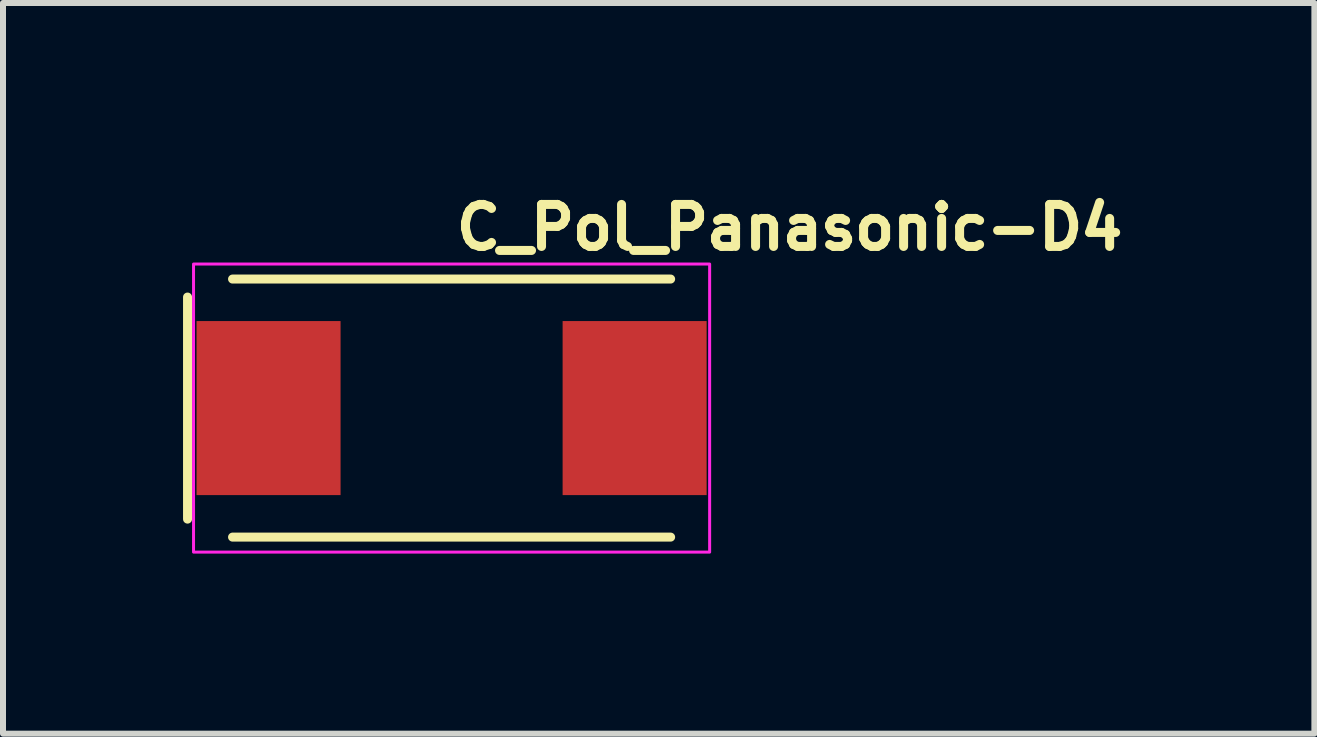
<source format=kicad_pcb>
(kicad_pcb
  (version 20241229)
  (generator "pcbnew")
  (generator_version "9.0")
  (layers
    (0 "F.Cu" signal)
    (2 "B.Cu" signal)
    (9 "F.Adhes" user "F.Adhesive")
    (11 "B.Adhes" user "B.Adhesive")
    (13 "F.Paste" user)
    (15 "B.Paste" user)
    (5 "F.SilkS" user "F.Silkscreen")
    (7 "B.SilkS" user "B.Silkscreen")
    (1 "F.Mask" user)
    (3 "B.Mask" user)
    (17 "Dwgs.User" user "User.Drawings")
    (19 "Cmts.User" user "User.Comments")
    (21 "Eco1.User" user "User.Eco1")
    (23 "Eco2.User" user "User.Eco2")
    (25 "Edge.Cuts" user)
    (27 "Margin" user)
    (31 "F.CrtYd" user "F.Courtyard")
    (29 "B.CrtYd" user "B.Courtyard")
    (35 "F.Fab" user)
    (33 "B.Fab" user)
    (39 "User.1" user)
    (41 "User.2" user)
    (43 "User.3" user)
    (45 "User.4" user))
  (footprint "C_Pol_Panasonic-D4"
    (layer "F.Cu")
    (at 4.475 3.75)
    (property "Reference" "C_Pol_Panasonic-D4" (at 0 -2.6 0) (unlocked yes) (layer "F.SilkS") (effects (font (size 0.7 0.7) (thickness 0.15)) (justify left bottom)))
    (attr smd)
    (fp_line (start -4.4 -1.85) (end -4.4 1.85) (stroke (width 0.15) (type solid)) (layer "F.SilkS"))
    (fp_line (start 3.65 -2.15) (end -3.65 -2.15) (stroke (width 0.15) (type solid)) (layer "F.SilkS"))
    (fp_line (start 3.65 2.15) (end -3.65 2.15) (stroke (width 0.15) (type solid)) (layer "F.SilkS"))
    (fp_rect (start -4.3 -2.4) (end 4.3 2.4) (stroke (width 0.05) (type solid)) (fill no) (layer "F.CrtYd"))
    (fp_rect (start -3.65 -2.15) (end 3.65 2.15) (stroke (width 0.1) (type solid)) (fill no) (layer "User.5"))
    (fp_line (start -3.65 -1.2) (end -3.65 1.2) (stroke (width 0.02) (type solid)) (layer "User.9"))
    (fp_line (start -3.65 -1.2) (end -3.55 -1.2) (stroke (width 0.02) (type solid)) (layer "User.9"))
    (fp_line (start -3.55 -2.06) (end -3.549 -2.064) (stroke (width 0.02) (type solid)) (layer "User.9"))
    (fp_line (start -3.55 -2.055) (end -3.55 -2.06) (stroke (width 0.02) (type solid)) (layer "User.9"))
    (fp_line (start -3.55 -2.05) (end -3.55 -2.055) (stroke (width 0.02) (type solid)) (layer "User.9"))
    (fp_line (start -3.55 -2.05) (end -3.55 -2.05) (stroke (width 0.02) (type solid)) (layer "User.9"))
    (fp_line (start -3.55 1.2) (end -3.65 1.2) (stroke (width 0.02) (type solid)) (layer "User.9"))
    (fp_line (start -3.55 2.05) (end -3.55 -2.05) (stroke (width 0.02) (type solid)) (layer "User.9"))
    (fp_line (start -3.55 2.05) (end -3.55 2.05) (stroke (width 0.02) (type solid)) (layer "User.9"))
    (fp_line (start -3.55 2.05) (end -3.55 2.055) (stroke (width 0.02) (type solid)) (layer "User.9"))
    (fp_line (start -3.55 2.055) (end -3.55 2.06) (stroke (width 0.02) (type solid)) (layer "User.9"))
    (fp_line (start -3.55 2.06) (end -3.549 2.064) (stroke (width 0.02) (type solid)) (layer "User.9"))
    (fp_line (start -3.549 -2.064) (end -3.548 -2.069) (stroke (width 0.02) (type solid)) (layer "User.9"))
    (fp_line (start -3.549 2.064) (end -3.548 2.069) (stroke (width 0.02) (type solid)) (layer "User.9"))
    (fp_line (start -3.548 -2.069) (end -3.547 -2.074) (stroke (width 0.02) (type solid)) (layer "User.9"))
    (fp_line (start -3.548 2.069) (end -3.547 2.074) (stroke (width 0.02) (type solid)) (layer "User.9"))
    (fp_line (start -3.547 -2.074) (end -3.546 -2.078) (stroke (width 0.02) (type solid)) (layer "User.9"))
    (fp_line (start -3.547 2.074) (end -3.546 2.078) (stroke (width 0.02) (type solid)) (layer "User.9"))
    (fp_line (start -3.546 -2.078) (end -3.545 -2.083) (stroke (width 0.02) (type solid)) (layer "User.9"))
    (fp_line (start -3.546 2.078) (end -3.545 2.083) (stroke (width 0.02) (type solid)) (layer "User.9"))
    (fp_line (start -3.545 -2.083) (end -3.543 -2.087) (stroke (width 0.02) (type solid)) (layer "User.9"))
    (fp_line (start -3.545 2.083) (end -3.543 2.087) (stroke (width 0.02) (type solid)) (layer "User.9"))
    (fp_line (start -3.543 -2.087) (end -3.541 -2.091) (stroke (width 0.02) (type solid)) (layer "User.9"))
    (fp_line (start -3.543 2.087) (end -3.541 2.091) (stroke (width 0.02) (type solid)) (layer "User.9"))
    (fp_line (start -3.541 -2.091) (end -3.539 -2.096) (stroke (width 0.02) (type solid)) (layer "User.9"))
    (fp_line (start -3.541 2.091) (end -3.539 2.096) (stroke (width 0.02) (type solid)) (layer "User.9"))
    (fp_line (start -3.539 -2.096) (end -3.536 -2.1) (stroke (width 0.02) (type solid)) (layer "User.9"))
    (fp_line (start -3.539 2.096) (end -3.536 2.1) (stroke (width 0.02) (type solid)) (layer "User.9"))
    (fp_line (start -3.536 -2.1) (end -3.534 -2.104) (stroke (width 0.02) (type solid)) (layer "User.9"))
    (fp_line (start -3.536 2.1) (end -3.534 2.104) (stroke (width 0.02) (type solid)) (layer "User.9"))
    (fp_line (start -3.534 -2.104) (end -3.531 -2.109) (stroke (width 0.02) (type solid)) (layer "User.9"))
    (fp_line (start -3.534 2.104) (end -3.531 2.109) (stroke (width 0.02) (type solid)) (layer "User.9"))
    (fp_line (start -3.531 -2.109) (end -3.528 -2.113) (stroke (width 0.02) (type solid)) (layer "User.9"))
    (fp_line (start -3.531 2.109) (end -3.528 2.113) (stroke (width 0.02) (type solid)) (layer "User.9"))
    (fp_line (start -3.528 -2.113) (end -3.524 -2.117) (stroke (width 0.02) (type solid)) (layer "User.9"))
    (fp_line (start -3.528 2.113) (end -3.524 2.117) (stroke (width 0.02) (type solid)) (layer "User.9"))
    (fp_line (start -3.524 -2.117) (end -3.521 -2.121) (stroke (width 0.02) (type solid)) (layer "User.9"))
    (fp_line (start -3.524 2.117) (end -3.521 2.121) (stroke (width 0.02) (type solid)) (layer "User.9"))
    (fp_line (start -3.521 -2.121) (end -3.521 -2.121) (stroke (width 0.02) (type solid)) (layer "User.9"))
    (fp_line (start -3.521 -2.121) (end -3.517 -2.124) (stroke (width 0.02) (type solid)) (layer "User.9"))
    (fp_line (start -3.521 2.121) (end -3.521 2.121) (stroke (width 0.02) (type solid)) (layer "User.9"))
    (fp_line (start -3.521 2.121) (end -3.517 2.124) (stroke (width 0.02) (type solid)) (layer "User.9"))
    (fp_line (start -3.517 -2.124) (end -3.513 -2.128) (stroke (width 0.02) (type solid)) (layer "User.9"))
    (fp_line (start -3.517 2.124) (end -3.513 2.128) (stroke (width 0.02) (type solid)) (layer "User.9"))
    (fp_line (start -3.513 -2.128) (end -3.509 -2.131) (stroke (width 0.02) (type solid)) (layer "User.9"))
    (fp_line (start -3.513 2.128) (end -3.509 2.131) (stroke (width 0.02) (type solid)) (layer "User.9"))
    (fp_line (start -3.509 -2.131) (end -3.504 -2.134) (stroke (width 0.02) (type solid)) (layer "User.9"))
    (fp_line (start -3.509 2.131) (end -3.504 2.134) (stroke (width 0.02) (type solid)) (layer "User.9"))
    (fp_line (start -3.504 -2.134) (end -3.5 -2.136) (stroke (width 0.02) (type solid)) (layer "User.9"))
    (fp_line (start -3.504 2.134) (end -3.5 2.136) (stroke (width 0.02) (type solid)) (layer "User.9"))
    (fp_line (start -3.5 -2.136) (end -3.496 -2.139) (stroke (width 0.02) (type solid)) (layer "User.9"))
    (fp_line (start -3.5 2.136) (end -3.496 2.139) (stroke (width 0.02) (type solid)) (layer "User.9"))
    (fp_line (start -3.496 -2.139) (end -3.491 -2.141) (stroke (width 0.02) (type solid)) (layer "User.9"))
    (fp_line (start -3.496 2.139) (end -3.491 2.141) (stroke (width 0.02) (type solid)) (layer "User.9"))
    (fp_line (start -3.491 -2.141) (end -3.487 -2.143) (stroke (width 0.02) (type solid)) (layer "User.9"))
    (fp_line (start -3.491 2.141) (end -3.487 2.143) (stroke (width 0.02) (type solid)) (layer "User.9"))
    (fp_line (start -3.487 -2.143) (end -3.483 -2.145) (stroke (width 0.02) (type solid)) (layer "User.9"))
    (fp_line (start -3.487 2.143) (end -3.483 2.145) (stroke (width 0.02) (type solid)) (layer "User.9"))
    (fp_line (start -3.483 -2.145) (end -3.478 -2.146) (stroke (width 0.02) (type solid)) (layer "User.9"))
    (fp_line (start -3.483 2.145) (end -3.478 2.146) (stroke (width 0.02) (type solid)) (layer "User.9"))
    (fp_line (start -3.478 -2.146) (end -3.474 -2.147) (stroke (width 0.02) (type solid)) (layer "User.9"))
    (fp_line (start -3.478 2.146) (end -3.474 2.147) (stroke (width 0.02) (type solid)) (layer "User.9"))
    (fp_line (start -3.474 -2.147) (end -3.469 -2.148) (stroke (width 0.02) (type solid)) (layer "User.9"))
    (fp_line (start -3.474 2.147) (end -3.469 2.148) (stroke (width 0.02) (type solid)) (layer "User.9"))
    (fp_line (start -3.469 -2.148) (end -3.464 -2.149) (stroke (width 0.02) (type solid)) (layer "User.9"))
    (fp_line (start -3.469 2.148) (end -3.464 2.149) (stroke (width 0.02) (type solid)) (layer "User.9"))
    (fp_line (start -3.464 -2.149) (end -3.46 -2.15) (stroke (width 0.02) (type solid)) (layer "User.9"))
    (fp_line (start -3.464 2.149) (end -3.46 2.15) (stroke (width 0.02) (type solid)) (layer "User.9"))
    (fp_line (start -3.46 -2.15) (end -3.455 -2.15) (stroke (width 0.02) (type solid)) (layer "User.9"))
    (fp_line (start -3.46 2.15) (end -3.455 2.15) (stroke (width 0.02) (type solid)) (layer "User.9"))
    (fp_line (start -3.455 -2.15) (end -3.45 -2.15) (stroke (width 0.02) (type solid)) (layer "User.9"))
    (fp_line (start -3.455 2.15) (end -3.45 2.15) (stroke (width 0.02) (type solid)) (layer "User.9"))
    (fp_line (start -3.45 -2.15) (end -3.45 -2.15) (stroke (width 0.02) (type solid)) (layer "User.9"))
    (fp_line (start -3.45 -2.15) (end 3.45 -2.15) (stroke (width 0.02) (type solid)) (layer "User.9"))
    (fp_line (start -3.45 2.15) (end -3.45 2.15) (stroke (width 0.02) (type solid)) (layer "User.9"))
    (fp_line (start -3.393 1.893) (end -3.393 -1.893) (stroke (width 0.02) (type solid)) (layer "User.9"))
    (fp_line (start -3.393 1.893) (end -3.392 1.901) (stroke (width 0.02) (type solid)) (layer "User.9"))
    (fp_line (start -3.392 -1.91) (end -3.391 -1.914) (stroke (width 0.02) (type solid)) (layer "User.9"))
    (fp_line (start -3.392 -1.905) (end -3.392 -1.91) (stroke (width 0.02) (type solid)) (layer "User.9"))
    (fp_line (start -3.392 -1.901) (end -3.393 -1.893) (stroke (width 0.02) (type solid)) (layer "User.9"))
    (fp_line (start -3.392 -1.901) (end -3.392 -1.905) (stroke (width 0.02) (type solid)) (layer "User.9"))
    (fp_line (start -3.392 1.901) (end -3.392 1.905) (stroke (width 0.02) (type solid)) (layer "User.9"))
    (fp_line (start -3.392 1.905) (end -3.392 1.91) (stroke (width 0.02) (type solid)) (layer "User.9"))
    (fp_line (start -3.392 1.91) (end -3.391 1.914) (stroke (width 0.02) (type solid)) (layer "User.9"))
    (fp_line (start -3.391 -1.914) (end -3.39 -1.919) (stroke (width 0.02) (type solid)) (layer "User.9"))
    (fp_line (start -3.391 1.914) (end -3.39 1.919) (stroke (width 0.02) (type solid)) (layer "User.9"))
    (fp_line (start -3.39 -1.919) (end -3.389 -1.923) (stroke (width 0.02) (type solid)) (layer "User.9"))
    (fp_line (start -3.39 1.919) (end -3.389 1.923) (stroke (width 0.02) (type solid)) (layer "User.9"))
    (fp_line (start -3.389 -1.923) (end -3.387 -1.927) (stroke (width 0.02) (type solid)) (layer "User.9"))
    (fp_line (start -3.389 1.923) (end -3.387 1.927) (stroke (width 0.02) (type solid)) (layer "User.9"))
    (fp_line (start -3.387 -1.927) (end -3.386 -1.932) (stroke (width 0.02) (type solid)) (layer "User.9"))
    (fp_line (start -3.387 1.927) (end -3.386 1.932) (stroke (width 0.02) (type solid)) (layer "User.9"))
    (fp_line (start -3.386 -1.932) (end -3.384 -1.936) (stroke (width 0.02) (type solid)) (layer "User.9"))
    (fp_line (start -3.386 1.932) (end -3.384 1.936) (stroke (width 0.02) (type solid)) (layer "User.9"))
    (fp_line (start -3.384 -1.936) (end -3.382 -1.94) (stroke (width 0.02) (type solid)) (layer "User.9"))
    (fp_line (start -3.384 1.936) (end -3.382 1.94) (stroke (width 0.02) (type solid)) (layer "User.9"))
    (fp_line (start -3.382 -1.94) (end -3.379 -1.945) (stroke (width 0.02) (type solid)) (layer "User.9"))
    (fp_line (start -3.382 1.94) (end -3.379 1.945) (stroke (width 0.02) (type solid)) (layer "User.9"))
    (fp_line (start -3.379 -1.945) (end -3.374 -1.953) (stroke (width 0.02) (type solid)) (layer "User.9"))
    (fp_line (start -3.379 1.945) (end -3.374 1.953) (stroke (width 0.02) (type solid)) (layer "User.9"))
    (fp_line (start -3.374 -1.953) (end -3.369 -1.961) (stroke (width 0.02) (type solid)) (layer "User.9"))
    (fp_line (start -3.374 1.953) (end -3.369 1.961) (stroke (width 0.02) (type solid)) (layer "User.9"))
    (fp_line (start -3.369 -1.961) (end -3.362 -1.968) (stroke (width 0.02) (type solid)) (layer "User.9"))
    (fp_line (start -3.369 1.961) (end -3.362 1.968) (stroke (width 0.02) (type solid)) (layer "User.9"))
    (fp_line (start -3.362 -1.968) (end -3.356 -1.975) (stroke (width 0.02) (type solid)) (layer "User.9"))
    (fp_line (start -3.362 1.968) (end -3.356 1.975) (stroke (width 0.02) (type solid)) (layer "User.9"))
    (fp_line (start -3.356 -1.975) (end -3.349 -1.981) (stroke (width 0.02) (type solid)) (layer "User.9"))
    (fp_line (start -3.356 1.975) (end -3.349 1.981) (stroke (width 0.02) (type solid)) (layer "User.9"))
    (fp_line (start -3.349 -1.981) (end -3.341 -1.987) (stroke (width 0.02) (type solid)) (layer "User.9"))
    (fp_line (start -3.349 1.981) (end -3.341 1.987) (stroke (width 0.02) (type solid)) (layer "User.9"))
    (fp_line (start -3.341 -1.987) (end -3.337 -1.989) (stroke (width 0.02) (type solid)) (layer "User.9"))
    (fp_line (start -3.341 1.987) (end -3.337 1.989) (stroke (width 0.02) (type solid)) (layer "User.9"))
    (fp_line (start -3.337 -1.989) (end -3.333 -1.991) (stroke (width 0.02) (type solid)) (layer "User.9"))
    (fp_line (start -3.337 1.989) (end -3.333 1.991) (stroke (width 0.02) (type solid)) (layer "User.9"))
    (fp_line (start -3.333 -1.991) (end -3.329 -1.993) (stroke (width 0.02) (type solid)) (layer "User.9"))
    (fp_line (start -3.333 1.991) (end -3.329 1.993) (stroke (width 0.02) (type solid)) (layer "User.9"))
    (fp_line (start -3.329 -1.993) (end -3.325 -1.995) (stroke (width 0.02) (type solid)) (layer "User.9"))
    (fp_line (start -3.329 1.993) (end -3.325 1.995) (stroke (width 0.02) (type solid)) (layer "User.9"))
    (fp_line (start -3.325 -1.995) (end -3.321 -1.997) (stroke (width 0.02) (type solid)) (layer "User.9"))
    (fp_line (start -3.325 1.995) (end -3.321 1.997) (stroke (width 0.02) (type solid)) (layer "User.9"))
    (fp_line (start -3.321 -1.997) (end -3.317 -1.998) (stroke (width 0.02) (type solid)) (layer "User.9"))
    (fp_line (start -3.321 1.997) (end -3.317 1.998) (stroke (width 0.02) (type solid)) (layer "User.9"))
    (fp_line (start -3.317 -1.998) (end -3.313 -1.999) (stroke (width 0.02) (type solid)) (layer "User.9"))
    (fp_line (start -3.317 1.998) (end -3.313 1.999) (stroke (width 0.02) (type solid)) (layer "User.9"))
    (fp_line (start -3.313 -1.999) (end -3.309 -2) (stroke (width 0.02) (type solid)) (layer "User.9"))
    (fp_line (start -3.313 1.999) (end -3.309 2) (stroke (width 0.02) (type solid)) (layer "User.9"))
    (fp_line (start -3.309 -2) (end -3.305 -2) (stroke (width 0.02) (type solid)) (layer "User.9"))
    (fp_line (start -3.309 2) (end -3.305 2) (stroke (width 0.02) (type solid)) (layer "User.9"))
    (fp_line (start -3.305 -2) (end -3.301 -2.001) (stroke (width 0.02) (type solid)) (layer "User.9"))
    (fp_line (start -3.305 2) (end -3.301 2.001) (stroke (width 0.02) (type solid)) (layer "User.9"))
    (fp_line (start 3.305 -2) (end 3.301 -2.001) (stroke (width 0.02) (type solid)) (layer "User.9"))
    (fp_line (start 3.305 2) (end 3.301 2.001) (stroke (width 0.02) (type solid)) (layer "User.9"))
    (fp_line (start 3.309 -2) (end 3.305 -2) (stroke (width 0.02) (type solid)) (layer "User.9"))
    (fp_line (start 3.309 2) (end 3.305 2) (stroke (width 0.02) (type solid)) (layer "User.9"))
    (fp_line (start 3.313 -1.999) (end 3.309 -2) (stroke (width 0.02) (type solid)) (layer "User.9"))
    (fp_line (start 3.313 1.999) (end 3.309 2) (stroke (width 0.02) (type solid)) (layer "User.9"))
    (fp_line (start 3.317 -1.998) (end 3.313 -1.999) (stroke (width 0.02) (type solid)) (layer "User.9"))
    (fp_line (start 3.317 1.998) (end 3.313 1.999) (stroke (width 0.02) (type solid)) (layer "User.9"))
    (fp_line (start 3.321 -1.997) (end 3.317 -1.998) (stroke (width 0.02) (type solid)) (layer "User.9"))
    (fp_line (start 3.321 1.997) (end 3.317 1.998) (stroke (width 0.02) (type solid)) (layer "User.9"))
    (fp_line (start 3.325 -1.995) (end 3.321 -1.997) (stroke (width 0.02) (type solid)) (layer "User.9"))
    (fp_line (start 3.325 1.995) (end 3.321 1.997) (stroke (width 0.02) (type solid)) (layer "User.9"))
    (fp_line (start 3.329 -1.993) (end 3.325 -1.995) (stroke (width 0.02) (type solid)) (layer "User.9"))
    (fp_line (start 3.329 1.993) (end 3.325 1.995) (stroke (width 0.02) (type solid)) (layer "User.9"))
    (fp_line (start 3.333 -1.991) (end 3.329 -1.993) (stroke (width 0.02) (type solid)) (layer "User.9"))
    (fp_line (start 3.333 1.991) (end 3.329 1.993) (stroke (width 0.02) (type solid)) (layer "User.9"))
    (fp_line (start 3.337 -1.989) (end 3.333 -1.991) (stroke (width 0.02) (type solid)) (layer "User.9"))
    (fp_line (start 3.337 1.989) (end 3.333 1.991) (stroke (width 0.02) (type solid)) (layer "User.9"))
    (fp_line (start 3.341 -1.987) (end 3.337 -1.989) (stroke (width 0.02) (type solid)) (layer "User.9"))
    (fp_line (start 3.341 1.987) (end 3.337 1.989) (stroke (width 0.02) (type solid)) (layer "User.9"))
    (fp_line (start 3.349 -1.981) (end 3.341 -1.987) (stroke (width 0.02) (type solid)) (layer "User.9"))
    (fp_line (start 3.349 1.981) (end 3.341 1.987) (stroke (width 0.02) (type solid)) (layer "User.9"))
    (fp_line (start 3.356 -1.975) (end 3.349 -1.981) (stroke (width 0.02) (type solid)) (layer "User.9"))
    (fp_line (start 3.356 1.975) (end 3.349 1.981) (stroke (width 0.02) (type solid)) (layer "User.9"))
    (fp_line (start 3.362 -1.968) (end 3.356 -1.975) (stroke (width 0.02) (type solid)) (layer "User.9"))
    (fp_line (start 3.362 1.968) (end 3.356 1.975) (stroke (width 0.02) (type solid)) (layer "User.9"))
    (fp_line (start 3.369 -1.961) (end 3.362 -1.968) (stroke (width 0.02) (type solid)) (layer "User.9"))
    (fp_line (start 3.369 1.961) (end 3.362 1.968) (stroke (width 0.02) (type solid)) (layer "User.9"))
    (fp_line (start 3.374 -1.953) (end 3.369 -1.961) (stroke (width 0.02) (type solid)) (layer "User.9"))
    (fp_line (start 3.374 1.953) (end 3.369 1.961) (stroke (width 0.02) (type solid)) (layer "User.9"))
    (fp_line (start 3.379 -1.945) (end 3.374 -1.953) (stroke (width 0.02) (type solid)) (layer "User.9"))
    (fp_line (start 3.379 1.945) (end 3.374 1.953) (stroke (width 0.02) (type solid)) (layer "User.9"))
    (fp_line (start 3.382 -1.94) (end 3.379 -1.945) (stroke (width 0.02) (type solid)) (layer "User.9"))
    (fp_line (start 3.382 1.94) (end 3.379 1.945) (stroke (width 0.02) (type solid)) (layer "User.9"))
    (fp_line (start 3.384 -1.936) (end 3.382 -1.94) (stroke (width 0.02) (type solid)) (layer "User.9"))
    (fp_line (start 3.384 1.936) (end 3.382 1.94) (stroke (width 0.02) (type solid)) (layer "User.9"))
    (fp_line (start 3.386 -1.932) (end 3.384 -1.936) (stroke (width 0.02) (type solid)) (layer "User.9"))
    (fp_line (start 3.386 1.932) (end 3.384 1.936) (stroke (width 0.02) (type solid)) (layer "User.9"))
    (fp_line (start 3.387 -1.927) (end 3.386 -1.932) (stroke (width 0.02) (type solid)) (layer "User.9"))
    (fp_line (start 3.387 1.927) (end 3.386 1.932) (stroke (width 0.02) (type solid)) (layer "User.9"))
    (fp_line (start 3.389 -1.923) (end 3.387 -1.927) (stroke (width 0.02) (type solid)) (layer "User.9"))
    (fp_line (start 3.389 1.923) (end 3.387 1.927) (stroke (width 0.02) (type solid)) (layer "User.9"))
    (fp_line (start 3.39 -1.919) (end 3.389 -1.923) (stroke (width 0.02) (type solid)) (layer "User.9"))
    (fp_line (start 3.39 1.919) (end 3.389 1.923) (stroke (width 0.02) (type solid)) (layer "User.9"))
    (fp_line (start 3.391 -1.914) (end 3.39 -1.919) (stroke (width 0.02) (type solid)) (layer "User.9"))
    (fp_line (start 3.391 1.914) (end 3.39 1.919) (stroke (width 0.02) (type solid)) (layer "User.9"))
    (fp_line (start 3.392 -1.91) (end 3.391 -1.914) (stroke (width 0.02) (type solid)) (layer "User.9"))
    (fp_line (start 3.392 -1.905) (end 3.392 -1.91) (stroke (width 0.02) (type solid)) (layer "User.9"))
    (fp_line (start 3.392 -1.901) (end 3.392 -1.905) (stroke (width 0.02) (type solid)) (layer "User.9"))
    (fp_line (start 3.392 1.901) (end 3.392 1.905) (stroke (width 0.02) (type solid)) (layer "User.9"))
    (fp_line (start 3.392 1.901) (end 3.393 1.893) (stroke (width 0.02) (type solid)) (layer "User.9"))
    (fp_line (start 3.392 1.905) (end 3.392 1.91) (stroke (width 0.02) (type solid)) (layer "User.9"))
    (fp_line (start 3.392 1.91) (end 3.391 1.914) (stroke (width 0.02) (type solid)) (layer "User.9"))
    (fp_line (start 3.393 -1.893) (end 3.392 -1.901) (stroke (width 0.02) (type solid)) (layer "User.9"))
    (fp_line (start 3.393 -1.893) (end 3.393 1.893) (stroke (width 0.02) (type solid)) (layer "User.9"))
    (fp_line (start 3.45 -2.15) (end 3.45 -2.15) (stroke (width 0.02) (type solid)) (layer "User.9"))
    (fp_line (start 3.45 2.15) (end -3.45 2.15) (stroke (width 0.02) (type solid)) (layer "User.9"))
    (fp_line (start 3.45 2.15) (end 3.45 2.15) (stroke (width 0.02) (type solid)) (layer "User.9"))
    (fp_line (start 3.455 -2.15) (end 3.45 -2.15) (stroke (width 0.02) (type solid)) (layer "User.9"))
    (fp_line (start 3.455 2.15) (end 3.45 2.15) (stroke (width 0.02) (type solid)) (layer "User.9"))
    (fp_line (start 3.46 -2.15) (end 3.455 -2.15) (stroke (width 0.02) (type solid)) (layer "User.9"))
    (fp_line (start 3.46 2.15) (end 3.455 2.15) (stroke (width 0.02) (type solid)) (layer "User.9"))
    (fp_line (start 3.464 -2.149) (end 3.46 -2.15) (stroke (width 0.02) (type solid)) (layer "User.9"))
    (fp_line (start 3.464 2.149) (end 3.46 2.15) (stroke (width 0.02) (type solid)) (layer "User.9"))
    (fp_line (start 3.469 -2.148) (end 3.464 -2.149) (stroke (width 0.02) (type solid)) (layer "User.9"))
    (fp_line (start 3.469 2.148) (end 3.464 2.149) (stroke (width 0.02) (type solid)) (layer "User.9"))
    (fp_line (start 3.474 -2.147) (end 3.469 -2.148) (stroke (width 0.02) (type solid)) (layer "User.9"))
    (fp_line (start 3.474 2.147) (end 3.469 2.148) (stroke (width 0.02) (type solid)) (layer "User.9"))
    (fp_line (start 3.478 -2.146) (end 3.474 -2.147) (stroke (width 0.02) (type solid)) (layer "User.9"))
    (fp_line (start 3.478 2.146) (end 3.474 2.147) (stroke (width 0.02) (type solid)) (layer "User.9"))
    (fp_line (start 3.483 -2.145) (end 3.478 -2.146) (stroke (width 0.02) (type solid)) (layer "User.9"))
    (fp_line (start 3.483 2.145) (end 3.478 2.146) (stroke (width 0.02) (type solid)) (layer "User.9"))
    (fp_line (start 3.487 -2.143) (end 3.483 -2.145) (stroke (width 0.02) (type solid)) (layer "User.9"))
    (fp_line (start 3.487 2.143) (end 3.483 2.145) (stroke (width 0.02) (type solid)) (layer "User.9"))
    (fp_line (start 3.491 -2.141) (end 3.487 -2.143) (stroke (width 0.02) (type solid)) (layer "User.9"))
    (fp_line (start 3.491 2.141) (end 3.487 2.143) (stroke (width 0.02) (type solid)) (layer "User.9"))
    (fp_line (start 3.496 -2.139) (end 3.491 -2.141) (stroke (width 0.02) (type solid)) (layer "User.9"))
    (fp_line (start 3.496 2.139) (end 3.491 2.141) (stroke (width 0.02) (type solid)) (layer "User.9"))
    (fp_line (start 3.5 -2.136) (end 3.496 -2.139) (stroke (width 0.02) (type solid)) (layer "User.9"))
    (fp_line (start 3.5 2.136) (end 3.496 2.139) (stroke (width 0.02) (type solid)) (layer "User.9"))
    (fp_line (start 3.504 -2.134) (end 3.5 -2.136) (stroke (width 0.02) (type solid)) (layer "User.9"))
    (fp_line (start 3.504 2.134) (end 3.5 2.136) (stroke (width 0.02) (type solid)) (layer "User.9"))
    (fp_line (start 3.509 -2.131) (end 3.504 -2.134) (stroke (width 0.02) (type solid)) (layer "User.9"))
    (fp_line (start 3.509 2.131) (end 3.504 2.134) (stroke (width 0.02) (type solid)) (layer "User.9"))
    (fp_line (start 3.513 -2.128) (end 3.509 -2.131) (stroke (width 0.02) (type solid)) (layer "User.9"))
    (fp_line (start 3.513 2.128) (end 3.509 2.131) (stroke (width 0.02) (type solid)) (layer "User.9"))
    (fp_line (start 3.517 -2.124) (end 3.513 -2.128) (stroke (width 0.02) (type solid)) (layer "User.9"))
    (fp_line (start 3.517 2.124) (end 3.513 2.128) (stroke (width 0.02) (type solid)) (layer "User.9"))
    (fp_line (start 3.521 -2.121) (end 3.517 -2.124) (stroke (width 0.02) (type solid)) (layer "User.9"))
    (fp_line (start 3.521 -2.121) (end 3.521 -2.121) (stroke (width 0.02) (type solid)) (layer "User.9"))
    (fp_line (start 3.521 2.121) (end 3.517 2.124) (stroke (width 0.02) (type solid)) (layer "User.9"))
    (fp_line (start 3.521 2.121) (end 3.521 2.121) (stroke (width 0.02) (type solid)) (layer "User.9"))
    (fp_line (start 3.524 -2.117) (end 3.521 -2.121) (stroke (width 0.02) (type solid)) (layer "User.9"))
    (fp_line (start 3.524 2.117) (end 3.521 2.121) (stroke (width 0.02) (type solid)) (layer "User.9"))
    (fp_line (start 3.528 -2.113) (end 3.524 -2.117) (stroke (width 0.02) (type solid)) (layer "User.9"))
    (fp_line (start 3.528 2.113) (end 3.524 2.117) (stroke (width 0.02) (type solid)) (layer "User.9"))
    (fp_line (start 3.531 -2.109) (end 3.528 -2.113) (stroke (width 0.02) (type solid)) (layer "User.9"))
    (fp_line (start 3.531 2.109) (end 3.528 2.113) (stroke (width 0.02) (type solid)) (layer "User.9"))
    (fp_line (start 3.534 -2.104) (end 3.531 -2.109) (stroke (width 0.02) (type solid)) (layer "User.9"))
    (fp_line (start 3.534 2.104) (end 3.531 2.109) (stroke (width 0.02) (type solid)) (layer "User.9"))
    (fp_line (start 3.536 -2.1) (end 3.534 -2.104) (stroke (width 0.02) (type solid)) (layer "User.9"))
    (fp_line (start 3.536 2.1) (end 3.534 2.104) (stroke (width 0.02) (type solid)) (layer "User.9"))
    (fp_line (start 3.539 -2.096) (end 3.536 -2.1) (stroke (width 0.02) (type solid)) (layer "User.9"))
    (fp_line (start 3.539 2.096) (end 3.536 2.1) (stroke (width 0.02) (type solid)) (layer "User.9"))
    (fp_line (start 3.541 -2.091) (end 3.539 -2.096) (stroke (width 0.02) (type solid)) (layer "User.9"))
    (fp_line (start 3.541 2.091) (end 3.539 2.096) (stroke (width 0.02) (type solid)) (layer "User.9"))
    (fp_line (start 3.543 -2.087) (end 3.541 -2.091) (stroke (width 0.02) (type solid)) (layer "User.9"))
    (fp_line (start 3.543 2.087) (end 3.541 2.091) (stroke (width 0.02) (type solid)) (layer "User.9"))
    (fp_line (start 3.545 -2.083) (end 3.543 -2.087) (stroke (width 0.02) (type solid)) (layer "User.9"))
    (fp_line (start 3.545 2.083) (end 3.543 2.087) (stroke (width 0.02) (type solid)) (layer "User.9"))
    (fp_line (start 3.546 -2.078) (end 3.545 -2.083) (stroke (width 0.02) (type solid)) (layer "User.9"))
    (fp_line (start 3.546 2.078) (end 3.545 2.083) (stroke (width 0.02) (type solid)) (layer "User.9"))
    (fp_line (start 3.547 -2.074) (end 3.546 -2.078) (stroke (width 0.02) (type solid)) (layer "User.9"))
    (fp_line (start 3.547 2.074) (end 3.546 2.078) (stroke (width 0.02) (type solid)) (layer "User.9"))
    (fp_line (start 3.548 -2.069) (end 3.547 -2.074) (stroke (width 0.02) (type solid)) (layer "User.9"))
    (fp_line (start 3.548 2.069) (end 3.547 2.074) (stroke (width 0.02) (type solid)) (layer "User.9"))
    (fp_line (start 3.549 -2.064) (end 3.548 -2.069) (stroke (width 0.02) (type solid)) (layer "User.9"))
    (fp_line (start 3.549 2.064) (end 3.548 2.069) (stroke (width 0.02) (type solid)) (layer "User.9"))
    (fp_line (start 3.55 -2.06) (end 3.549 -2.064) (stroke (width 0.02) (type solid)) (layer "User.9"))
    (fp_line (start 3.55 -2.055) (end 3.55 -2.06) (stroke (width 0.02) (type solid)) (layer "User.9"))
    (fp_line (start 3.55 -2.05) (end 3.55 -2.055) (stroke (width 0.02) (type solid)) (layer "User.9"))
    (fp_line (start 3.55 -2.05) (end 3.55 -2.05) (stroke (width 0.02) (type solid)) (layer "User.9"))
    (fp_line (start 3.55 -2.05) (end 3.55 2.05) (stroke (width 0.02) (type solid)) (layer "User.9"))
    (fp_line (start 3.55 1.2) (end 3.65 1.2) (stroke (width 0.02) (type solid)) (layer "User.9"))
    (fp_line (start 3.55 2.05) (end 3.55 2.05) (stroke (width 0.02) (type solid)) (layer "User.9"))
    (fp_line (start 3.55 2.05) (end 3.55 2.055) (stroke (width 0.02) (type solid)) (layer "User.9"))
    (fp_line (start 3.55 2.055) (end 3.55 2.06) (stroke (width 0.02) (type solid)) (layer "User.9"))
    (fp_line (start 3.55 2.06) (end 3.549 2.064) (stroke (width 0.02) (type solid)) (layer "User.9"))
    (fp_line (start 3.65 -1.2) (end 3.55 -1.2) (stroke (width 0.02) (type solid)) (layer "User.9"))
    (fp_line (start 3.65 -1.2) (end 3.65 1.2) (stroke (width 0.02) (type solid)) (layer "User.9"))
    (pad "1" smd rect (at -3.05 0) (size 2.4 2.9) (layers "F.Cu" "F.Mask" "F.Paste"))
    (pad "2" smd rect (at 3.05 0) (size 2.4 2.9) (layers "F.Cu" "F.Mask" "F.Paste")))
  (gr_rect
    (start -3 -3)
    (end 18.852 9.175)
    (stroke (width 0.1) (type default))
    (fill no)
    (layer "Edge.Cuts")))
</source>
